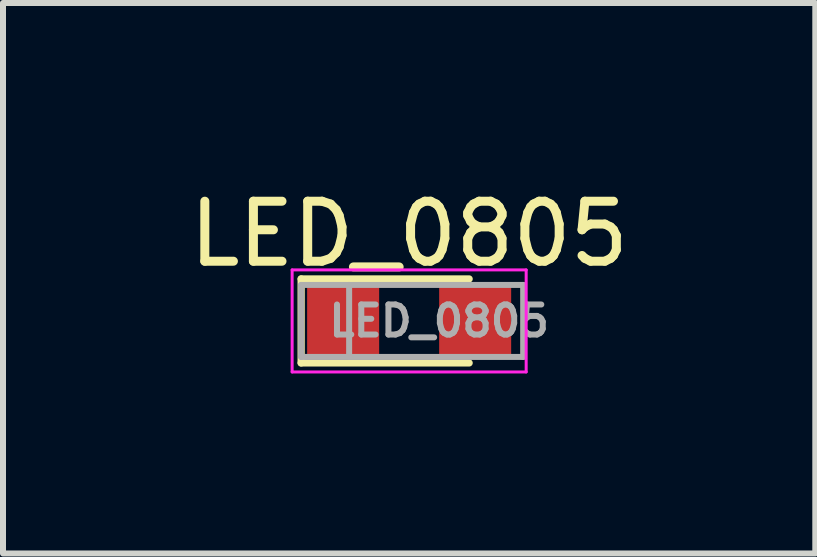
<source format=kicad_pcb>
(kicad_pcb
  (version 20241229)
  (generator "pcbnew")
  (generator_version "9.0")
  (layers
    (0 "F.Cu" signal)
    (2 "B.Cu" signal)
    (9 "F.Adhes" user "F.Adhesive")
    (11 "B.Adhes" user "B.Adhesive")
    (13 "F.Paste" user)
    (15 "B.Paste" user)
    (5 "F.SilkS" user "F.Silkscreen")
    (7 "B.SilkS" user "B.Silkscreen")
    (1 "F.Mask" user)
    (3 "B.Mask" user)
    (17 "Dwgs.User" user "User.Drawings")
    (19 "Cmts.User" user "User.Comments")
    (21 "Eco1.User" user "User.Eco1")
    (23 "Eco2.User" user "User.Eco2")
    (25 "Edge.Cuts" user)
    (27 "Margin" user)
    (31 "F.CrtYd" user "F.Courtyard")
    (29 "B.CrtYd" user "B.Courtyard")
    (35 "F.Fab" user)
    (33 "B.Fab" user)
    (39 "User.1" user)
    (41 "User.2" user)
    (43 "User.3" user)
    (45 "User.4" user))
  (footprint "LED_0805"
    (layer "F.Cu")
    (at 3.768 2.298)
    (property "Reference" "LED_0805" (at 0 -1.45 0) (layer "F.SilkS") (effects (font (size 1 1) (thickness 0.15))))
    (attr smd)
    (fp_line (start -1.8 -0.7) (end -1.8 0.7) (stroke (width 0.12) (type solid)) (layer "F.SilkS"))
    (fp_line (start -1.8 -0.7) (end 1 -0.7) (stroke (width 0.12) (type solid)) (layer "F.SilkS"))
    (fp_line (start -1.8 0.7) (end 1 0.7) (stroke (width 0.12) (type solid)) (layer "F.SilkS"))
    (fp_line (start -1.95 -0.85) (end 1.95 -0.85) (stroke (width 0.05) (type solid)) (layer "F.CrtYd"))
    (fp_line (start -1.95 0.85) (end -1.95 -0.85) (stroke (width 0.05) (type solid)) (layer "F.CrtYd"))
    (fp_line (start 1.95 -0.85) (end 1.95 0.85) (stroke (width 0.05) (type solid)) (layer "F.CrtYd"))
    (fp_line (start 1.95 0.85) (end -1.95 0.85) (stroke (width 0.05) (type solid)) (layer "F.CrtYd"))
    (fp_line (start -1.8 -0.6) (end 1.9 -0.6) (stroke (width 0.1) (type solid)) (layer "F.Fab"))
    (fp_line (start -1.8 0.6) (end -1.8 -0.6) (stroke (width 0.1) (type solid)) (layer "F.Fab"))
    (fp_line (start -1 -0.6) (end -1 0.6) (stroke (width 0.1) (type solid)) (layer "F.Fab"))
    (fp_line (start 1.9 -0.6) (end 1.9 0.6) (stroke (width 0.1) (type solid)) (layer "F.Fab"))
    (fp_line (start 1.9 0.6) (end -1.8 0.6) (stroke (width 0.1) (type solid)) (layer "F.Fab"))
    (fp_text user "${REFERENCE}" (at 0.5 0 0) (layer "F.Fab") (effects (font (size 0.5 0.5) (thickness 0.1))))
    (pad "1" smd rect (at -1.1 0 180) (size 1.2 1.2) (layers "F.Cu" "F.Mask" "F.Paste"))
    (pad "2" smd rect (at 1.1 0 180) (size 1.2 1.2) (layers "F.Cu" "F.Mask" "F.Paste")))
  (gr_rect
    (start -3 -3)
    (end 10.536 6.173)
    (stroke (width 0.1) (type default))
    (fill no)
    (layer "Edge.Cuts")))
</source>
